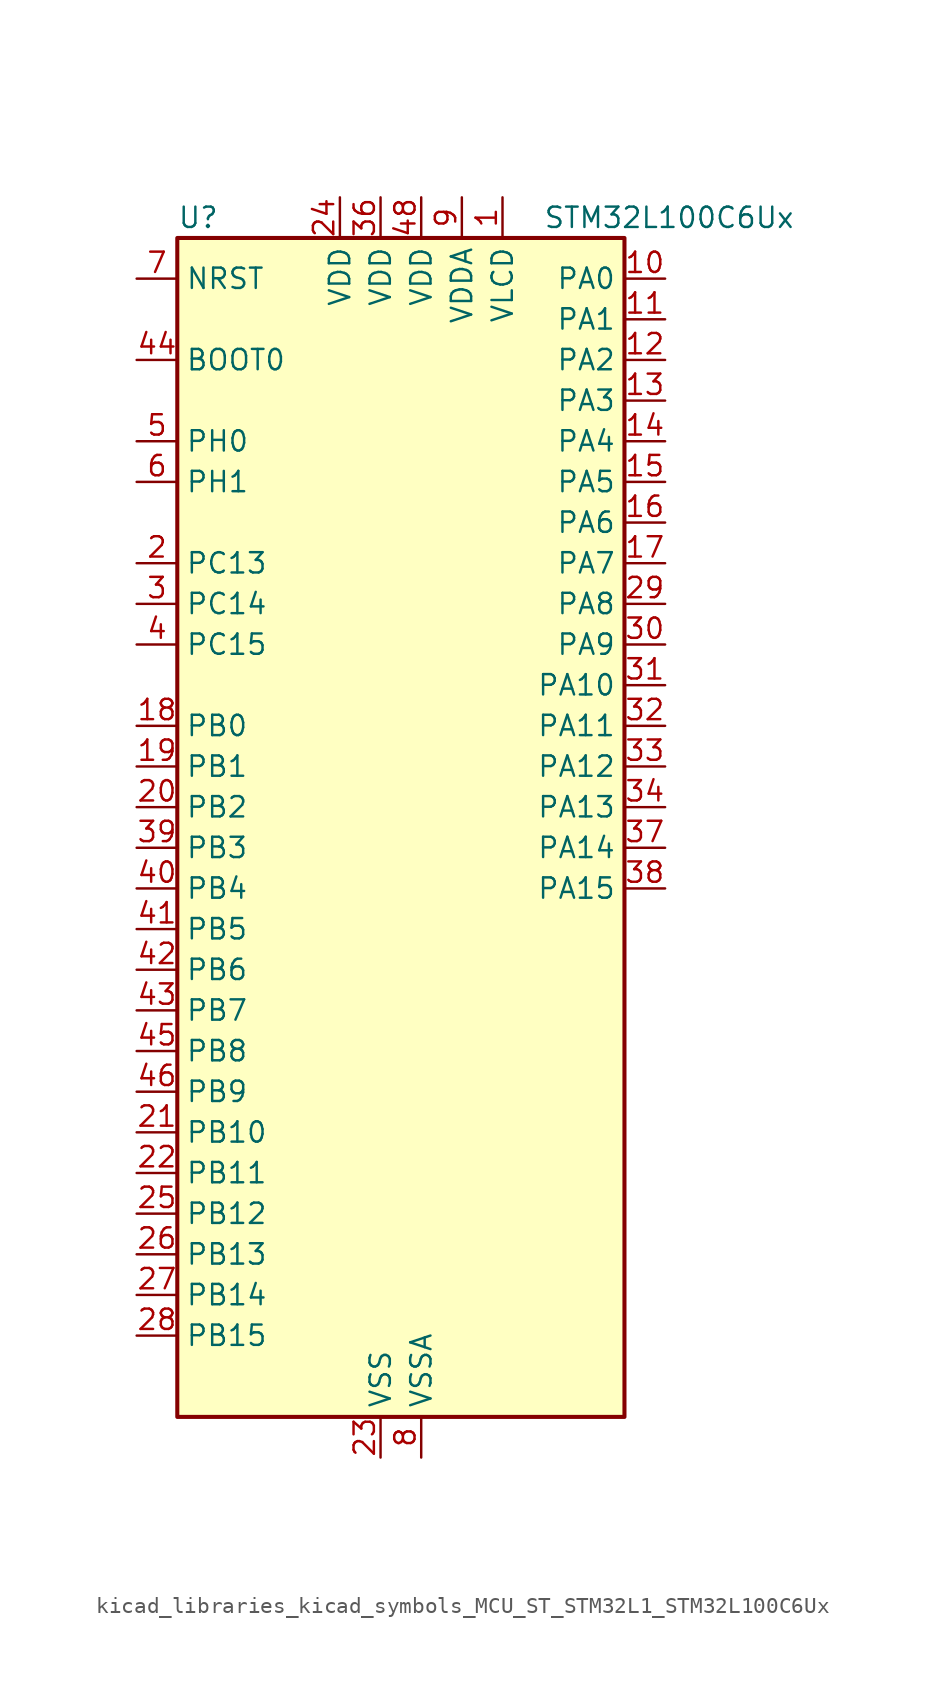
<source format=kicad_sym>
(kicad_symbol_lib
  (version 20220914)
  (generator kicad_symbol_editor)
  (symbol "kicad_libraries_kicad_symbols_MCU_ST_STM32L1_STM32L100C6Ux"
    (property "Reference" "U"
      (at -12.7 39.37 0)
      (effects (font (size 1.27 1.27)) (justify left)))
    (property "Value" "STM32L100C6Ux"
      (at 10.16 39.37 0)
      (effects (font (size 1.27 1.27)) (justify left)))
    (property "ki_locked" ""
      (at 0 0 0)
      (effects (font (size 1.27 1.27))))
    (symbol "kicad_libraries_kicad_symbols_MCU_ST_STM32L1_STM32L100C6Ux_0_1"
      (rectangle (start -12.7 -35.56) (end 15.24 38.1) (stroke (width 0.254) (type default)) (fill (type background))))
    (symbol "kicad_libraries_kicad_symbols_MCU_ST_STM32L1_STM32L100C6Ux_1_1"
      (pin power_in line (at 7.62 40.64 270) (length 2.54) (name "VLCD" (effects (font (size 1.27 1.27)))) (number "1" (effects (font (size 1.27 1.27)))))
      (pin bidirectional line (at 17.78 35.56 180) (length 2.54) (name "PA0" (effects (font (size 1.27 1.27)))) (number "10" (effects (font (size 1.27 1.27)))) (alternate "ADC_IN0" bidirectional line) (alternate "COMP1_INP" bidirectional line) (alternate "SYS_WKUP1" bidirectional line) (alternate "TIM2_CH1" bidirectional line) (alternate "TIM2_ETR" bidirectional line) (alternate "TIMX_IC1" bidirectional line) (alternate "USART2_CTS" bidirectional line))
      (pin bidirectional line (at 17.78 33.02 180) (length 2.54) (name "PA1" (effects (font (size 1.27 1.27)))) (number "11" (effects (font (size 1.27 1.27)))) (alternate "ADC_IN1" bidirectional line) (alternate "COMP1_INP" bidirectional line) (alternate "LCD_SEG0" bidirectional line) (alternate "TIM2_CH2" bidirectional line) (alternate "TIMX_IC2" bidirectional line) (alternate "USART2_RTS" bidirectional line))
      (pin bidirectional line (at 17.78 30.48 180) (length 2.54) (name "PA2" (effects (font (size 1.27 1.27)))) (number "12" (effects (font (size 1.27 1.27)))) (alternate "ADC_IN2" bidirectional line) (alternate "COMP1_INP" bidirectional line) (alternate "LCD_SEG1" bidirectional line) (alternate "TIM2_CH3" bidirectional line) (alternate "TIM9_CH1" bidirectional line) (alternate "TIMX_IC3" bidirectional line) (alternate "USART2_TX" bidirectional line))
      (pin bidirectional line (at 17.78 27.94 180) (length 2.54) (name "PA3" (effects (font (size 1.27 1.27)))) (number "13" (effects (font (size 1.27 1.27)))) (alternate "ADC_IN3" bidirectional line) (alternate "COMP1_INP" bidirectional line) (alternate "LCD_SEG2" bidirectional line) (alternate "TIM2_CH4" bidirectional line) (alternate "TIM9_CH2" bidirectional line) (alternate "TIMX_IC4" bidirectional line) (alternate "USART2_RX" bidirectional line))
      (pin bidirectional line (at 17.78 25.4 180) (length 2.54) (name "PA4" (effects (font (size 1.27 1.27)))) (number "14" (effects (font (size 1.27 1.27)))) (alternate "ADC_IN4" bidirectional line) (alternate "COMP1_INP" bidirectional line) (alternate "DAC_OUT1" bidirectional line) (alternate "SPI1_NSS" bidirectional line) (alternate "TIMX_IC1" bidirectional line) (alternate "USART2_CK" bidirectional line))
      (pin bidirectional line (at 17.78 22.86 180) (length 2.54) (name "PA5" (effects (font (size 1.27 1.27)))) (number "15" (effects (font (size 1.27 1.27)))) (alternate "ADC_IN5" bidirectional line) (alternate "COMP1_INP" bidirectional line) (alternate "DAC_OUT2" bidirectional line) (alternate "SPI1_SCK" bidirectional line) (alternate "TIM2_CH1" bidirectional line) (alternate "TIM2_ETR" bidirectional line) (alternate "TIMX_IC2" bidirectional line))
      (pin bidirectional line (at 17.78 20.32 180) (length 2.54) (name "PA6" (effects (font (size 1.27 1.27)))) (number "16" (effects (font (size 1.27 1.27)))) (alternate "ADC_IN6" bidirectional line) (alternate "COMP1_INP" bidirectional line) (alternate "LCD_SEG3" bidirectional line) (alternate "SPI1_MISO" bidirectional line) (alternate "TIM10_CH1" bidirectional line) (alternate "TIM3_CH1" bidirectional line) (alternate "TIMX_IC3" bidirectional line))
      (pin bidirectional line (at 17.78 17.78 180) (length 2.54) (name "PA7" (effects (font (size 1.27 1.27)))) (number "17" (effects (font (size 1.27 1.27)))) (alternate "ADC_IN7" bidirectional line) (alternate "COMP1_INP" bidirectional line) (alternate "LCD_SEG4" bidirectional line) (alternate "SPI1_MOSI" bidirectional line) (alternate "TIM11_CH1" bidirectional line) (alternate "TIM3_CH2" bidirectional line) (alternate "TIMX_IC4" bidirectional line))
      (pin bidirectional line (at -15.24 7.62 0) (length 2.54) (name "PB0" (effects (font (size 1.27 1.27)))) (number "18" (effects (font (size 1.27 1.27)))) (alternate "ADC_IN8" bidirectional line) (alternate "COMP1_INP" bidirectional line) (alternate "LCD_SEG5" bidirectional line) (alternate "SYS_V_REF_OUT" bidirectional line) (alternate "TIM3_CH3" bidirectional line))
      (pin bidirectional line (at -15.24 5.08 0) (length 2.54) (name "PB1" (effects (font (size 1.27 1.27)))) (number "19" (effects (font (size 1.27 1.27)))) (alternate "ADC_IN9" bidirectional line) (alternate "COMP1_INP" bidirectional line) (alternate "LCD_SEG6" bidirectional line) (alternate "SYS_V_REF_OUT" bidirectional line) (alternate "TIM3_CH4" bidirectional line))
      (pin bidirectional line (at -15.24 17.78 0) (length 2.54) (name "PC13" (effects (font (size 1.27 1.27)))) (number "2" (effects (font (size 1.27 1.27)))) (alternate "RTC_OUT_ALARM" bidirectional line) (alternate "RTC_OUT_CALIB" bidirectional line) (alternate "RTC_TAMP1" bidirectional line) (alternate "RTC_TS" bidirectional line) (alternate "SYS_WKUP2" bidirectional line) (alternate "TIMX_IC2" bidirectional line))
      (pin bidirectional line (at -15.24 2.54 0) (length 2.54) (name "PB2" (effects (font (size 1.27 1.27)))) (number "20" (effects (font (size 1.27 1.27)))))
      (pin bidirectional line (at -15.24 -17.78 0) (length 2.54) (name "PB10" (effects (font (size 1.27 1.27)))) (number "21" (effects (font (size 1.27 1.27)))) (alternate "I2C2_SCL" bidirectional line) (alternate "LCD_SEG10" bidirectional line) (alternate "TIM2_CH3" bidirectional line) (alternate "USART3_TX" bidirectional line))
      (pin bidirectional line (at -15.24 -20.32 0) (length 2.54) (name "PB11" (effects (font (size 1.27 1.27)))) (number "22" (effects (font (size 1.27 1.27)))) (alternate "ADC_EXTI11" bidirectional line) (alternate "I2C2_SDA" bidirectional line) (alternate "LCD_SEG11" bidirectional line) (alternate "TIM2_CH4" bidirectional line) (alternate "USART3_RX" bidirectional line))
      (pin power_in line (at 0 -38.1 90) (length 2.54) (name "VSS" (effects (font (size 1.27 1.27)))) (number "23" (effects (font (size 1.27 1.27)))))
      (pin power_in line (at -2.54 40.64 270) (length 2.54) (name "VDD" (effects (font (size 1.27 1.27)))) (number "24" (effects (font (size 1.27 1.27)))))
      (pin bidirectional line (at -15.24 -22.86 0) (length 2.54) (name "PB12" (effects (font (size 1.27 1.27)))) (number "25" (effects (font (size 1.27 1.27)))) (alternate "ADC_IN18" bidirectional line) (alternate "COMP1_INP" bidirectional line) (alternate "I2C2_SMBA" bidirectional line) (alternate "LCD_SEG12" bidirectional line) (alternate "SPI2_NSS" bidirectional line) (alternate "TIM10_CH1" bidirectional line) (alternate "USART3_CK" bidirectional line))
      (pin bidirectional line (at -15.24 -25.4 0) (length 2.54) (name "PB13" (effects (font (size 1.27 1.27)))) (number "26" (effects (font (size 1.27 1.27)))) (alternate "ADC_IN19" bidirectional line) (alternate "COMP1_INP" bidirectional line) (alternate "LCD_SEG13" bidirectional line) (alternate "SPI2_SCK" bidirectional line) (alternate "TIM9_CH1" bidirectional line) (alternate "USART3_CTS" bidirectional line))
      (pin bidirectional line (at -15.24 -27.94 0) (length 2.54) (name "PB14" (effects (font (size 1.27 1.27)))) (number "27" (effects (font (size 1.27 1.27)))) (alternate "ADC_IN20" bidirectional line) (alternate "COMP1_INP" bidirectional line) (alternate "LCD_SEG14" bidirectional line) (alternate "SPI2_MISO" bidirectional line) (alternate "TIM9_CH2" bidirectional line) (alternate "USART3_RTS" bidirectional line))
      (pin bidirectional line (at -15.24 -30.48 0) (length 2.54) (name "PB15" (effects (font (size 1.27 1.27)))) (number "28" (effects (font (size 1.27 1.27)))) (alternate "ADC_EXTI15" bidirectional line) (alternate "ADC_IN21" bidirectional line) (alternate "COMP1_INP" bidirectional line) (alternate "LCD_SEG15" bidirectional line) (alternate "RTC_REFIN" bidirectional line) (alternate "SPI2_MOSI" bidirectional line) (alternate "TIM11_CH1" bidirectional line))
      (pin bidirectional line (at 17.78 15.24 180) (length 2.54) (name "PA8" (effects (font (size 1.27 1.27)))) (number "29" (effects (font (size 1.27 1.27)))) (alternate "LCD_COM0" bidirectional line) (alternate "RCC_MCO" bidirectional line) (alternate "TIMX_IC1" bidirectional line) (alternate "USART1_CK" bidirectional line))
      (pin bidirectional line (at -15.24 15.24 0) (length 2.54) (name "PC14" (effects (font (size 1.27 1.27)))) (number "3" (effects (font (size 1.27 1.27)))) (alternate "RCC_OSC32_IN" bidirectional line) (alternate "TIMX_IC3" bidirectional line))
      (pin bidirectional line (at 17.78 12.7 180) (length 2.54) (name "PA9" (effects (font (size 1.27 1.27)))) (number "30" (effects (font (size 1.27 1.27)))) (alternate "DAC_EXTI9" bidirectional line) (alternate "LCD_COM1" bidirectional line) (alternate "TIMX_IC2" bidirectional line) (alternate "USART1_TX" bidirectional line))
      (pin bidirectional line (at 17.78 10.16 180) (length 2.54) (name "PA10" (effects (font (size 1.27 1.27)))) (number "31" (effects (font (size 1.27 1.27)))) (alternate "LCD_COM2" bidirectional line) (alternate "TIMX_IC3" bidirectional line) (alternate "USART1_RX" bidirectional line))
      (pin bidirectional line (at 17.78 7.62 180) (length 2.54) (name "PA11" (effects (font (size 1.27 1.27)))) (number "32" (effects (font (size 1.27 1.27)))) (alternate "ADC_EXTI11" bidirectional line) (alternate "SPI1_MISO" bidirectional line) (alternate "TIMX_IC4" bidirectional line) (alternate "USART1_CTS" bidirectional line) (alternate "USB_DM" bidirectional line))
      (pin bidirectional line (at 17.78 5.08 180) (length 2.54) (name "PA12" (effects (font (size 1.27 1.27)))) (number "33" (effects (font (size 1.27 1.27)))) (alternate "SPI1_MOSI" bidirectional line) (alternate "TIMX_IC1" bidirectional line) (alternate "USART1_RTS" bidirectional line) (alternate "USB_DP" bidirectional line))
      (pin bidirectional line (at 17.78 2.54 180) (length 2.54) (name "PA13" (effects (font (size 1.27 1.27)))) (number "34" (effects (font (size 1.27 1.27)))) (alternate "SYS_JTMS-SWDIO" bidirectional line) (alternate "TIMX_IC2" bidirectional line))
      (pin passive line (at 0 -38.1 90) (length 2.54) hide (name "VSS" (effects (font (size 1.27 1.27)))) (number "35" (effects (font (size 1.27 1.27)))))
      (pin power_in line (at 0 40.64 270) (length 2.54) (name "VDD" (effects (font (size 1.27 1.27)))) (number "36" (effects (font (size 1.27 1.27)))))
      (pin bidirectional line (at 17.78 0 180) (length 2.54) (name "PA14" (effects (font (size 1.27 1.27)))) (number "37" (effects (font (size 1.27 1.27)))) (alternate "SYS_JTCK-SWCLK" bidirectional line) (alternate "TIMX_IC3" bidirectional line))
      (pin bidirectional line (at 17.78 -2.54 180) (length 2.54) (name "PA15" (effects (font (size 1.27 1.27)))) (number "38" (effects (font (size 1.27 1.27)))) (alternate "ADC_EXTI15" bidirectional line) (alternate "LCD_SEG17" bidirectional line) (alternate "SPI1_NSS" bidirectional line) (alternate "SYS_JTDI" bidirectional line) (alternate "TIM2_CH1" bidirectional line) (alternate "TIM2_ETR" bidirectional line) (alternate "TIMX_IC4" bidirectional line))
      (pin bidirectional line (at -15.24 0 0) (length 2.54) (name "PB3" (effects (font (size 1.27 1.27)))) (number "39" (effects (font (size 1.27 1.27)))) (alternate "COMP2_INM" bidirectional line) (alternate "LCD_SEG7" bidirectional line) (alternate "SPI1_SCK" bidirectional line) (alternate "SYS_JTDO-TRACESWO" bidirectional line) (alternate "TIM2_CH2" bidirectional line))
      (pin bidirectional line (at -15.24 12.7 0) (length 2.54) (name "PC15" (effects (font (size 1.27 1.27)))) (number "4" (effects (font (size 1.27 1.27)))) (alternate "ADC_EXTI15" bidirectional line) (alternate "RCC_OSC32_OUT" bidirectional line) (alternate "TIMX_IC4" bidirectional line))
      (pin bidirectional line (at -15.24 -2.54 0) (length 2.54) (name "PB4" (effects (font (size 1.27 1.27)))) (number "40" (effects (font (size 1.27 1.27)))) (alternate "COMP2_INP" bidirectional line) (alternate "LCD_SEG8" bidirectional line) (alternate "SPI1_MISO" bidirectional line) (alternate "SYS_JTRST" bidirectional line) (alternate "TIM3_CH1" bidirectional line))
      (pin bidirectional line (at -15.24 -5.08 0) (length 2.54) (name "PB5" (effects (font (size 1.27 1.27)))) (number "41" (effects (font (size 1.27 1.27)))) (alternate "COMP2_INP" bidirectional line) (alternate "I2C1_SMBA" bidirectional line) (alternate "LCD_SEG9" bidirectional line) (alternate "SPI1_MOSI" bidirectional line) (alternate "TIM3_CH2" bidirectional line))
      (pin bidirectional line (at -15.24 -7.62 0) (length 2.54) (name "PB6" (effects (font (size 1.27 1.27)))) (number "42" (effects (font (size 1.27 1.27)))) (alternate "I2C1_SCL" bidirectional line) (alternate "TIM4_CH1" bidirectional line) (alternate "USART1_TX" bidirectional line))
      (pin bidirectional line (at -15.24 -10.16 0) (length 2.54) (name "PB7" (effects (font (size 1.27 1.27)))) (number "43" (effects (font (size 1.27 1.27)))) (alternate "I2C1_SDA" bidirectional line) (alternate "SYS_PVD_IN" bidirectional line) (alternate "TIM4_CH2" bidirectional line) (alternate "USART1_RX" bidirectional line))
      (pin input line (at -15.24 30.48 0) (length 2.54) (name "BOOT0" (effects (font (size 1.27 1.27)))) (number "44" (effects (font (size 1.27 1.27)))))
      (pin bidirectional line (at -15.24 -12.7 0) (length 2.54) (name "PB8" (effects (font (size 1.27 1.27)))) (number "45" (effects (font (size 1.27 1.27)))) (alternate "I2C1_SCL" bidirectional line) (alternate "LCD_SEG16" bidirectional line) (alternate "TIM10_CH1" bidirectional line) (alternate "TIM4_CH3" bidirectional line))
      (pin bidirectional line (at -15.24 -15.24 0) (length 2.54) (name "PB9" (effects (font (size 1.27 1.27)))) (number "46" (effects (font (size 1.27 1.27)))) (alternate "DAC_EXTI9" bidirectional line) (alternate "I2C1_SDA" bidirectional line) (alternate "LCD_COM3" bidirectional line) (alternate "TIM11_CH1" bidirectional line) (alternate "TIM4_CH4" bidirectional line))
      (pin passive line (at 0 -38.1 90) (length 2.54) hide (name "VSS" (effects (font (size 1.27 1.27)))) (number "47" (effects (font (size 1.27 1.27)))))
      (pin power_in line (at 2.54 40.64 270) (length 2.54) (name "VDD" (effects (font (size 1.27 1.27)))) (number "48" (effects (font (size 1.27 1.27)))))
      (pin passive line (at 0 -38.1 90) (length 2.54) hide (name "VSS" (effects (font (size 1.27 1.27)))) (number "49" (effects (font (size 1.27 1.27)))))
      (pin bidirectional line (at -15.24 25.4 0) (length 2.54) (name "PH0" (effects (font (size 1.27 1.27)))) (number "5" (effects (font (size 1.27 1.27)))) (alternate "RCC_OSC_IN" bidirectional line))
      (pin bidirectional line (at -15.24 22.86 0) (length 2.54) (name "PH1" (effects (font (size 1.27 1.27)))) (number "6" (effects (font (size 1.27 1.27)))) (alternate "RCC_OSC_OUT" bidirectional line))
      (pin input line (at -15.24 35.56 0) (length 2.54) (name "NRST" (effects (font (size 1.27 1.27)))) (number "7" (effects (font (size 1.27 1.27)))))
      (pin power_in line (at 2.54 -38.1 90) (length 2.54) (name "VSSA" (effects (font (size 1.27 1.27)))) (number "8" (effects (font (size 1.27 1.27)))))
      (pin power_in line (at 5.08 40.64 270) (length 2.54) (name "VDDA" (effects (font (size 1.27 1.27)))) (number "9" (effects (font (size 1.27 1.27))))))))
</source>
